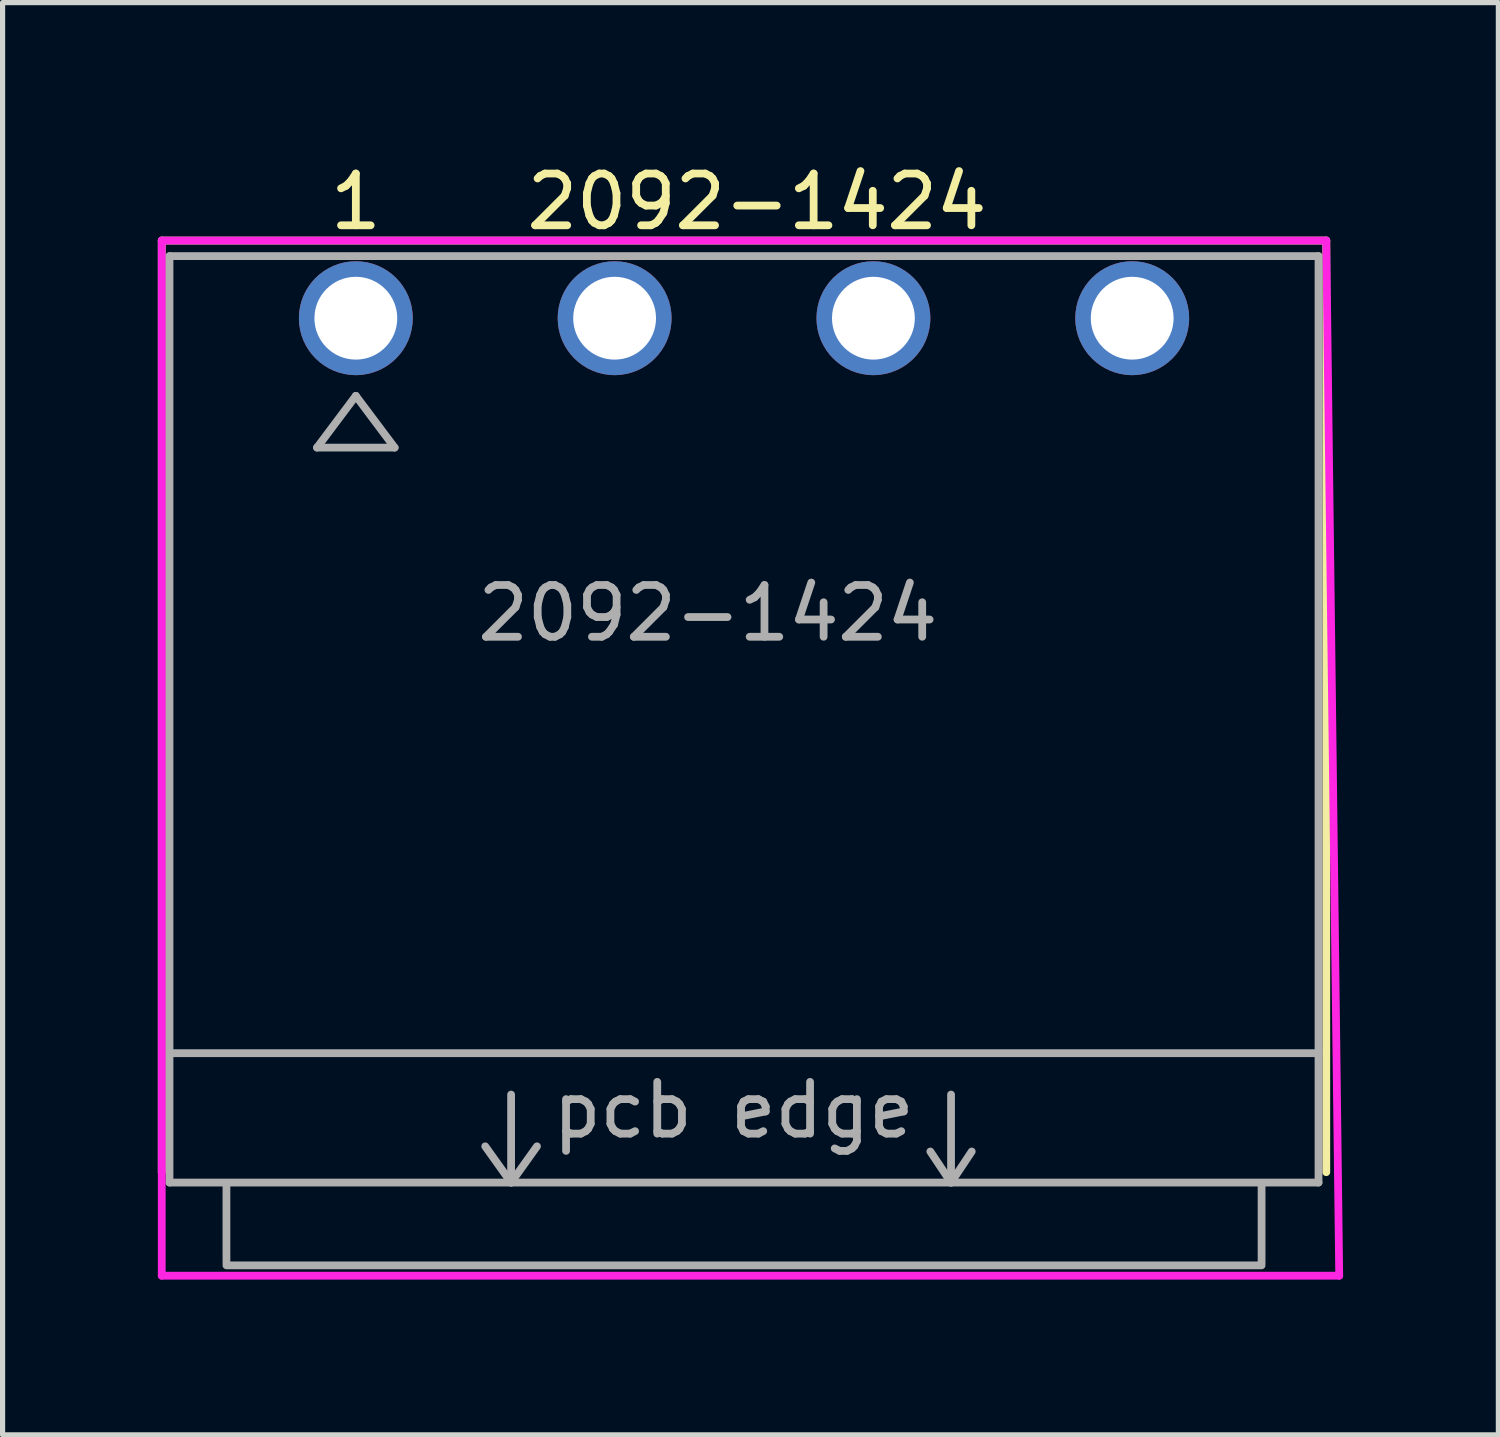
<source format=kicad_pcb>
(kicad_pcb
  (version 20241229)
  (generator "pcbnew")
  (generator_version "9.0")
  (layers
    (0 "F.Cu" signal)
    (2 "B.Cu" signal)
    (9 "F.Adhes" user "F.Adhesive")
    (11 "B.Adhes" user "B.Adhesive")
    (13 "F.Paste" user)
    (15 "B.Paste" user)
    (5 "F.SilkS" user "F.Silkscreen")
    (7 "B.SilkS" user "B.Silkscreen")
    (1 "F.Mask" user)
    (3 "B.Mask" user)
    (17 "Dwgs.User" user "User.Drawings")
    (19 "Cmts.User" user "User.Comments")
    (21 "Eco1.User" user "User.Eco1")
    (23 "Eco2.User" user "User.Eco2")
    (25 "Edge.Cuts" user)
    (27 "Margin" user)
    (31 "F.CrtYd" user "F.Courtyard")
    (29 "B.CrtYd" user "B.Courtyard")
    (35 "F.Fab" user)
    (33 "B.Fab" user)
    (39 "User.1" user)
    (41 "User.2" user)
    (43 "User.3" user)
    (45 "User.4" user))
  (footprint "2092-1424"
    (layer "F.Cu")
    (at 11.325 3.098)
    (property "Reference" "2092-1424" (at 0.25 -2.25 0) (layer "F.SilkS") (effects (font (size 1 1) (thickness 0.15))))
    (attr through_hole)
    (fp_line (start -11.25 -1.5) (end -11.25 16.5) (stroke (width 0.15) (type solid)) (layer "F.SilkS"))
    (fp_line (start 11.25 -1.5) (end -11.25 -1.5) (stroke (width 0.15) (type solid)) (layer "F.SilkS"))
    (fp_line (start 11.25 16.5) (end 11.25 -1.5) (stroke (width 0.15) (type solid)) (layer "F.SilkS"))
    (fp_line (start -11.25 -1.5) (end 11.25 -1.5) (stroke (width 0.15) (type solid)) (layer "F.CrtYd"))
    (fp_line (start -11.25 16.5) (end -11.25 -1.5) (stroke (width 0.15) (type solid)) (layer "F.CrtYd"))
    (fp_line (start -11.25 18.5) (end -11.25 16.5) (stroke (width 0.15) (type solid)) (layer "F.CrtYd"))
    (fp_line (start 11.25 -1.5) (end 11.5 18.5) (stroke (width 0.15) (type solid)) (layer "F.CrtYd"))
    (fp_line (start 11.5 18.5) (end -11.25 18.5) (stroke (width 0.15) (type solid)) (layer "F.CrtYd"))
    (fp_line (start -11.1 -1.2) (end -11.1 16.7) (stroke (width 0.15) (type solid)) (layer "F.Fab"))
    (fp_line (start -11.1 -1.2) (end 11.1 -1.2) (stroke (width 0.15) (type solid)) (layer "F.Fab"))
    (fp_line (start -11.1 14.2) (end 11.1 14.2) (stroke (width 0.15) (type solid)) (layer "F.Fab"))
    (fp_line (start -11.1 16.7) (end 11.1 16.7) (stroke (width 0.15) (type solid)) (layer "F.Fab"))
    (fp_line (start -10 18.25) (end -10 16.75) (stroke (width 0.15) (type solid)) (layer "F.Fab"))
    (fp_line (start -10 18.3) (end 10 18.3) (stroke (width 0.15) (type solid)) (layer "F.Fab"))
    (fp_line (start -8.25 2.5) (end -7.5 1.5) (stroke (width 0.15) (type solid)) (layer "F.Fab"))
    (fp_line (start -7.5 1.5) (end -6.75 2.5) (stroke (width 0.15) (type solid)) (layer "F.Fab"))
    (fp_line (start -6.75 2.5) (end -8.25 2.5) (stroke (width 0.15) (type solid)) (layer "F.Fab"))
    (fp_line (start -5 16) (end -4.5 16.7) (stroke (width 0.15) (type solid)) (layer "F.Fab"))
    (fp_line (start -4.5 15) (end -4.5 16.7) (stroke (width 0.15) (type solid)) (layer "F.Fab"))
    (fp_line (start -4.5 16.7) (end -4 16) (stroke (width 0.15) (type solid)) (layer "F.Fab"))
    (fp_line (start 4 15) (end 4 16.7) (stroke (width 0.15) (type solid)) (layer "F.Fab"))
    (fp_line (start 4 16.7) (end 3.6 16.1) (stroke (width 0.15) (type solid)) (layer "F.Fab"))
    (fp_line (start 4.4 16.1) (end 4 16.7) (stroke (width 0.15) (type solid)) (layer "F.Fab"))
    (fp_line (start 10 18.25) (end 10 16.75) (stroke (width 0.15) (type solid)) (layer "F.Fab"))
    (fp_line (start 11.1 -1.2) (end 11.1 16.7) (stroke (width 0.15) (type solid)) (layer "F.Fab"))
    (fp_text user "1" (at -7.5 -2.25 0) (layer "F.SilkS") (effects (font (size 1 1) (thickness 0.15))))
    (fp_text user "pcb edge" (at -0.2 15.3 0) (layer "F.Fab") (effects (font (size 1 1) (thickness 0.15))))
    (fp_text user "${REFERENCE}" (at -0.7 5.7 0) (layer "F.Fab") (effects (font (size 1 1) (thickness 0.15))))
    (pad "1" thru_hole circle (at -7.5 0) (size 2.2 2.2) (drill 1.6) (layers "*.Cu" "*.Mask"))
    (pad "2" thru_hole circle (at -2.5 0) (size 2.2 2.2) (drill 1.6) (layers "*.Cu" "*.Mask"))
    (pad "3" thru_hole circle (at 2.5 0) (size 2.2 2.2) (drill 1.6) (layers "*.Cu" "*.Mask"))
    (pad "4" thru_hole circle (at 7.5 0) (size 2.2 2.2) (drill 1.6) (layers "*.Cu" "*.Mask")))
  (gr_rect
    (start -3 -3)
    (end 25.9 24.673)
    (stroke (width 0.1) (type default))
    (fill no)
    (layer "Edge.Cuts")))
</source>
